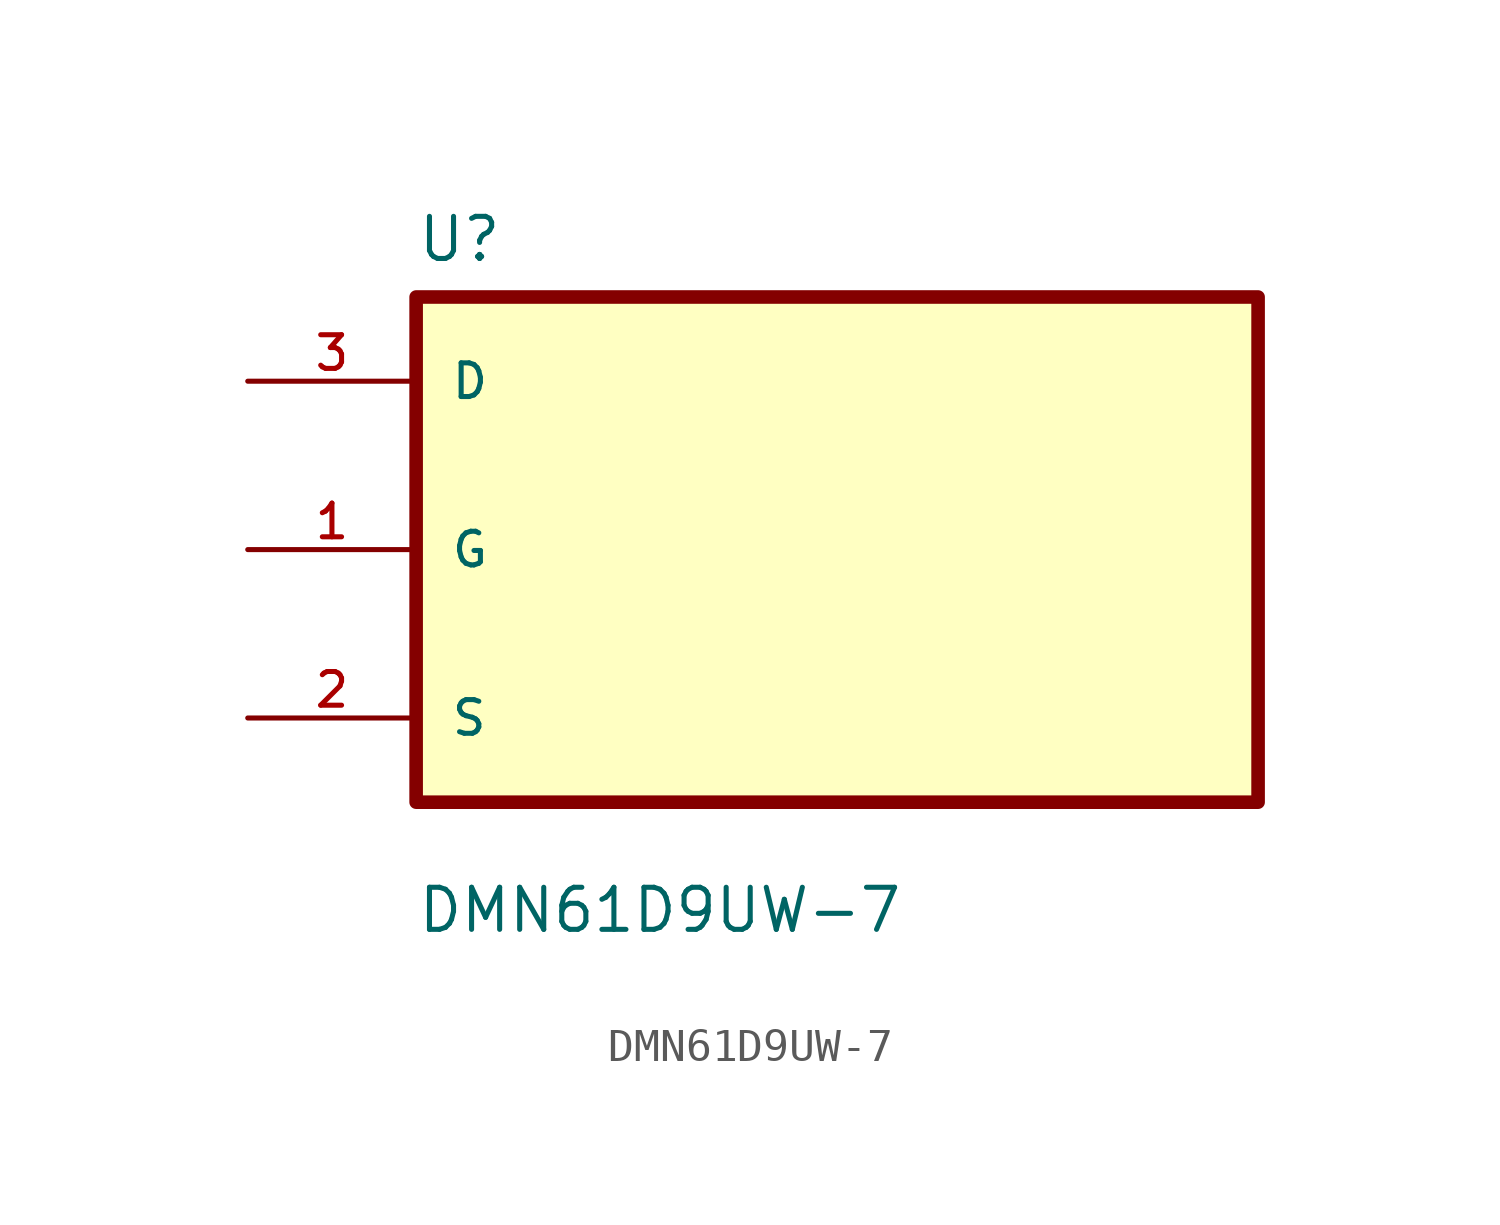
<source format=kicad_sym>
(kicad_symbol_lib
  (version 20211014)
  (generator kicad_symbol_editor)
  (symbol "DMN61D9UW-7"
    (pin_names
      (offset 1.016))
    (property "Reference" "U"
      (at -12.7 8.62 0.0)
      (effects (font (size 1.27 1.27)) (justify bottom left)))
    (property "Value" "DMN61D9UW-7"
      (at -12.7 -11.62 0.0)
      (effects (font (size 1.27 1.27)) (justify bottom left)))
    (symbol "DMN61D9UW-7_0_0"
      (rectangle (start -12.7 -7.62) (end 12.7 7.62) (stroke (width 0.41)) (fill (type background)))
      (pin bidirectional line (at -17.78 5.08 0) (length 5.08) (name "D" (effects (font (size 1.016 1.016)))) (number "3" (effects (font (size 1.016 1.016)))))
      (pin bidirectional line (at -17.78 0.0 0) (length 5.08) (name "G" (effects (font (size 1.016 1.016)))) (number "1" (effects (font (size 1.016 1.016)))))
      (pin bidirectional line (at -17.78 -5.08 0) (length 5.08) (name "S" (effects (font (size 1.016 1.016)))) (number "2" (effects (font (size 1.016 1.016))))))))
</source>
